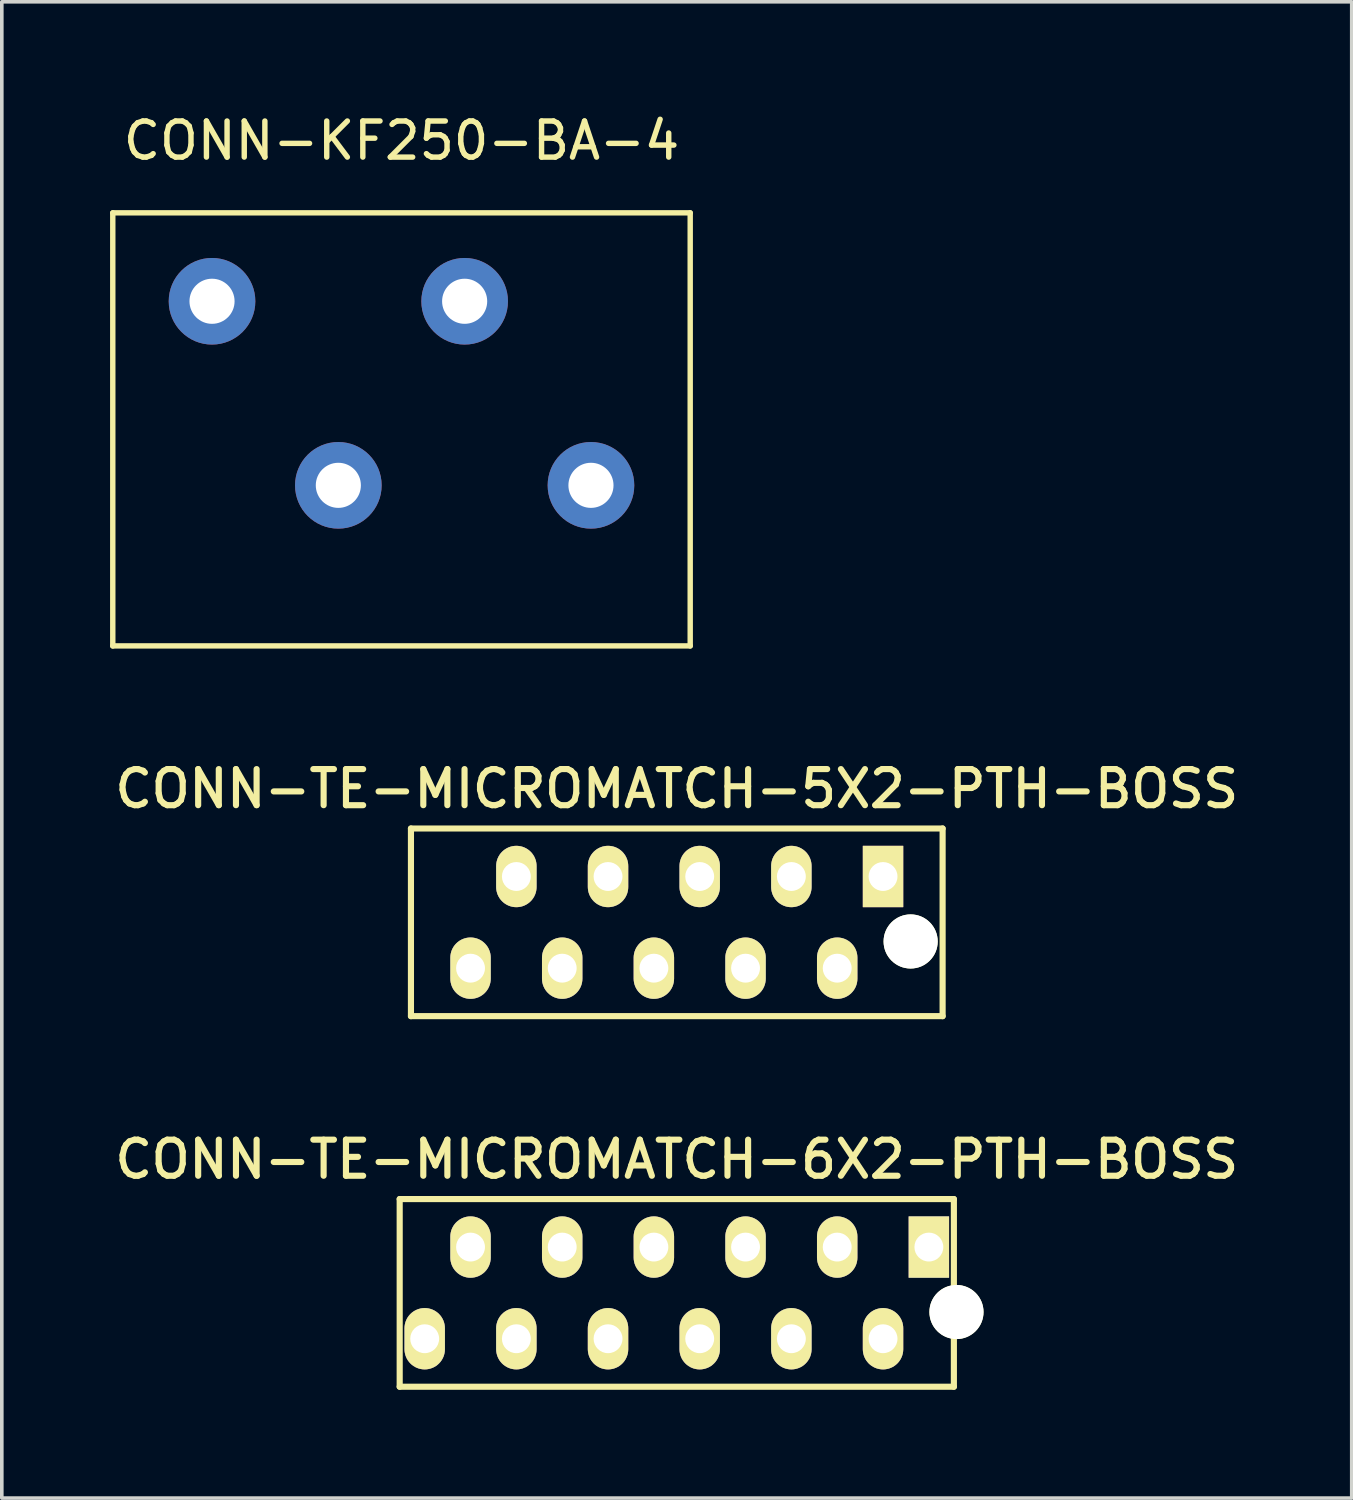
<source format=kicad_pcb>
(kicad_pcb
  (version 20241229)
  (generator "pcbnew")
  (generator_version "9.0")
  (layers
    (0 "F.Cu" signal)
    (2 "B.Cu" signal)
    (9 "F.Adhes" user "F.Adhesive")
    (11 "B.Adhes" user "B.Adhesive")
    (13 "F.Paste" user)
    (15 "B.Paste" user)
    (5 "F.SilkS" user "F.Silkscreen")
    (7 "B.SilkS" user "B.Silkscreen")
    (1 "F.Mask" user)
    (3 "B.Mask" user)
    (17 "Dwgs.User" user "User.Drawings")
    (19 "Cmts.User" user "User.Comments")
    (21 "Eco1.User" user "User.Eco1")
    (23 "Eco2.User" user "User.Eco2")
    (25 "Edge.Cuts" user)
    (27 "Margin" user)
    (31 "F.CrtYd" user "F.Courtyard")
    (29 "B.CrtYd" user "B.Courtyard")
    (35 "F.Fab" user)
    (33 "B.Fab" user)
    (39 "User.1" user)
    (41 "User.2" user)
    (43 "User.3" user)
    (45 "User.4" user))
  (footprint "CONN-TE-MICROMATCH-6X2-PTH-BOSS"
    (layer "F.Cu")
    (at 15.703 32.775)
    (property "Reference" "CONN-TE-MICROMATCH-6X2-PTH-BOSS" (at 0 -3.7 0) (layer "F.SilkS") (effects (font (size 1 1) (thickness 0.17))))
    (attr through_hole)
    (fp_line (start -7.678 -2.6) (end 7.678 -2.6) (stroke (width 0.17) (type solid)) (layer "F.SilkS"))
    (fp_line (start -7.678 2.6) (end -7.678 -2.6) (stroke (width 0.17) (type solid)) (layer "F.SilkS"))
    (fp_line (start -7.678 2.6) (end 7.678 2.6) (stroke (width 0.17) (type solid)) (layer "F.SilkS"))
    (fp_line (start 7.678 2.6) (end 7.678 -2.6) (stroke (width 0.17) (type solid)) (layer "F.SilkS"))
    (pad "" np_thru_hole circle (at 7.75 0.53) (size 1.5 1.5) (drill 1.5) (layers "*.Cu" "*.Mask" "F.SilkS"))
    (pad "1" thru_hole rect (at 6.985 -1.27) (size 1.12 1.7) (drill 0.8) (layers "*.Cu" "*.Mask" "F.SilkS"))
    (pad "2" thru_hole oval (at 5.715 1.27) (size 1.12 1.7) (drill 0.8) (layers "*.Cu" "*.Mask" "F.SilkS"))
    (pad "3" thru_hole oval (at 4.445 -1.27) (size 1.12 1.7) (drill 0.8) (layers "*.Cu" "*.Mask" "F.SilkS"))
    (pad "4" thru_hole oval (at 3.175 1.27) (size 1.12 1.7) (drill 0.8) (layers "*.Cu" "*.Mask" "F.SilkS"))
    (pad "5" thru_hole oval (at 1.905 -1.27) (size 1.12 1.7) (drill 0.8) (layers "*.Cu" "*.Mask" "F.SilkS"))
    (pad "6" thru_hole oval (at 0.635 1.27) (size 1.12 1.7) (drill 0.8) (layers "*.Cu" "*.Mask" "F.SilkS"))
    (pad "7" thru_hole oval (at -0.635 -1.27) (size 1.12 1.7) (drill 0.8) (layers "*.Cu" "*.Mask" "F.SilkS"))
    (pad "8" thru_hole oval (at -1.905 1.27) (size 1.12 1.7) (drill 0.8) (layers "*.Cu" "*.Mask" "F.SilkS"))
    (pad "9" thru_hole oval (at -3.175 -1.27) (size 1.12 1.7) (drill 0.8) (layers "*.Cu" "*.Mask" "F.SilkS"))
    (pad "10" thru_hole oval (at -4.445 1.27) (size 1.12 1.7) (drill 0.8) (layers "*.Cu" "*.Mask" "F.SilkS"))
    (pad "11" thru_hole oval (at -5.715 -1.27) (size 1.12 1.7) (drill 0.8) (layers "*.Cu" "*.Mask" "F.SilkS"))
    (pad "12" thru_hole oval (at -6.985 1.27) (size 1.12 1.7) (drill 0.8) (layers "*.Cu" "*.Mask" "F.SilkS")))
  (footprint "CONN-TE-MICROMATCH-5X2-PTH-BOSS"
    (layer "F.Cu")
    (at 15.703 22.507)
    (property "Reference" "CONN-TE-MICROMATCH-5X2-PTH-BOSS" (at 0 -3.7 0) (layer "F.SilkS") (effects (font (size 1 1) (thickness 0.17))))
    (attr through_hole)
    (fp_line (start -7.366 -2.6) (end 7.366 -2.6) (stroke (width 0.17) (type solid)) (layer "F.SilkS"))
    (fp_line (start -7.366 2.6) (end -7.366 -2.6) (stroke (width 0.17) (type solid)) (layer "F.SilkS"))
    (fp_line (start -7.366 2.6) (end 7.366 2.6) (stroke (width 0.17) (type solid)) (layer "F.SilkS"))
    (fp_line (start 7.366 2.6) (end 7.366 -2.6) (stroke (width 0.17) (type solid)) (layer "F.SilkS"))
    (pad "" np_thru_hole circle (at 6.48 0.53) (size 1.5 1.5) (drill 1.5) (layers "*.Cu" "*.Mask" "F.SilkS"))
    (pad "1" thru_hole rect (at 5.715 -1.27) (size 1.12 1.7) (drill 0.8) (layers "*.Cu" "*.Mask" "F.SilkS"))
    (pad "2" thru_hole oval (at 4.445 1.27) (size 1.12 1.7) (drill 0.8) (layers "*.Cu" "*.Mask" "F.SilkS"))
    (pad "3" thru_hole oval (at 3.175 -1.27) (size 1.12 1.7) (drill 0.8) (layers "*.Cu" "*.Mask" "F.SilkS"))
    (pad "4" thru_hole oval (at 1.905 1.27) (size 1.12 1.7) (drill 0.8) (layers "*.Cu" "*.Mask" "F.SilkS"))
    (pad "5" thru_hole oval (at 0.635 -1.27) (size 1.12 1.7) (drill 0.8) (layers "*.Cu" "*.Mask" "F.SilkS"))
    (pad "6" thru_hole oval (at -0.635 1.27) (size 1.12 1.7) (drill 0.8) (layers "*.Cu" "*.Mask" "F.SilkS"))
    (pad "7" thru_hole oval (at -1.905 -1.27) (size 1.12 1.7) (drill 0.8) (layers "*.Cu" "*.Mask" "F.SilkS"))
    (pad "8" thru_hole oval (at -3.175 1.27) (size 1.12 1.7) (drill 0.8) (layers "*.Cu" "*.Mask" "F.SilkS"))
    (pad "9" thru_hole oval (at -4.445 -1.27) (size 1.12 1.7) (drill 0.8) (layers "*.Cu" "*.Mask" "F.SilkS"))
    (pad "10" thru_hole oval (at -5.715 1.27) (size 1.12 1.7) (drill 0.8) (layers "*.Cu" "*.Mask" "F.SilkS")))
  (footprint "CONN-KF250-BA-4"
    (layer "F.Cu")
    (at 8.075 7.848)
    (property "Reference" "CONN-KF250-BA-4" (at 0 -7 0) (layer "F.SilkS") (effects (font (size 1 1) (thickness 0.15))))
    (attr through_hole)
    (fp_line (start -8 -5) (end 8 -5) (stroke (width 0.15) (type solid)) (layer "F.SilkS"))
    (fp_line (start -8 7) (end -8 -5) (stroke (width 0.15) (type solid)) (layer "F.SilkS"))
    (fp_line (start 8 -5) (end 8 7) (stroke (width 0.15) (type solid)) (layer "F.SilkS"))
    (fp_line (start 8 7) (end -8 7) (stroke (width 0.15) (type solid)) (layer "F.SilkS"))
    (pad "1" thru_hole circle (at -5.25 -2.55) (size 2.4 2.4) (drill 1.25) (layers "*.Cu" "*.Mask"))
    (pad "2" thru_hole circle (at -1.75 2.55) (size 2.4 2.4) (drill 1.25) (layers "*.Cu" "*.Mask"))
    (pad "3" thru_hole circle (at 1.75 -2.55) (size 2.4 2.4) (drill 1.25) (layers "*.Cu" "*.Mask"))
    (pad "4" thru_hole circle (at 5.25 2.55) (size 2.4 2.4) (drill 1.25) (layers "*.Cu" "*.Mask")))
  (gr_rect
    (start -3 -3)
    (end 34.405 38.46)
    (stroke (width 0.1) (type default))
    (fill no)
    (layer "Edge.Cuts")))
</source>
